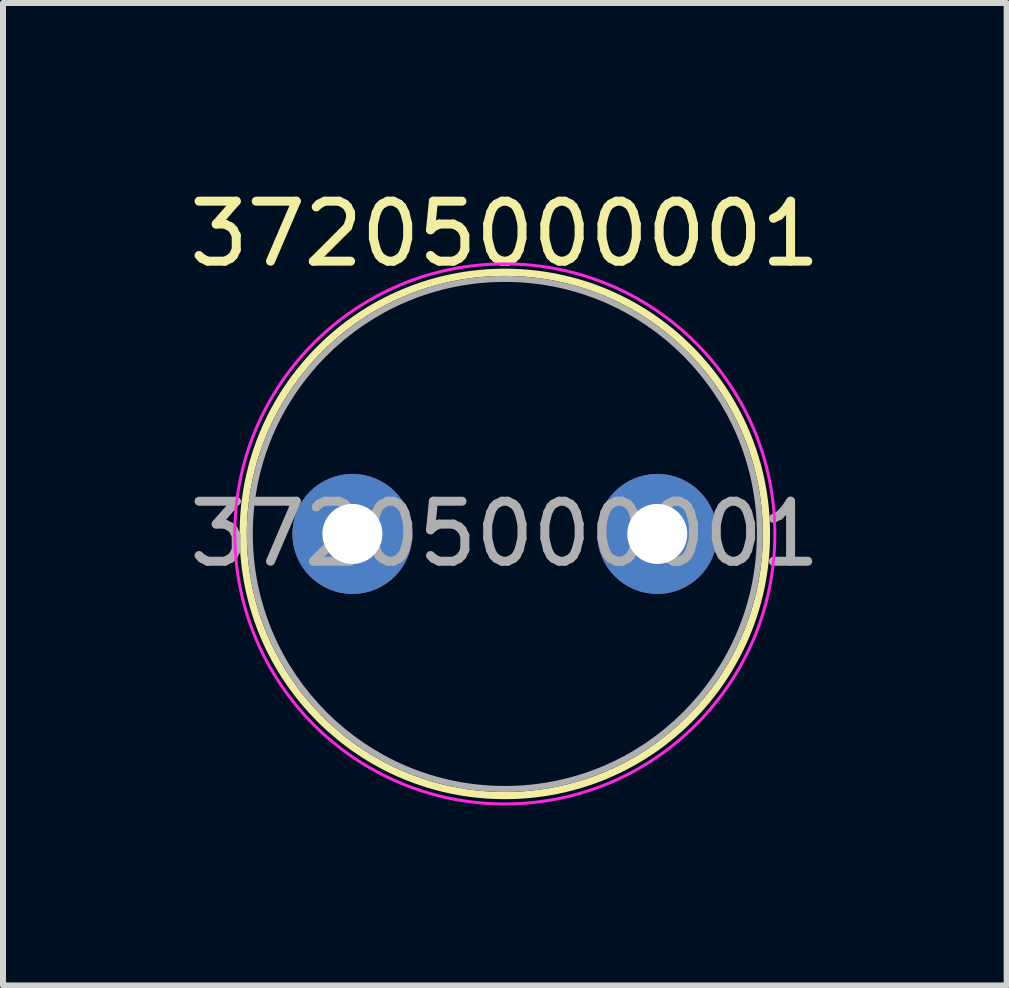
<source format=kicad_pcb>
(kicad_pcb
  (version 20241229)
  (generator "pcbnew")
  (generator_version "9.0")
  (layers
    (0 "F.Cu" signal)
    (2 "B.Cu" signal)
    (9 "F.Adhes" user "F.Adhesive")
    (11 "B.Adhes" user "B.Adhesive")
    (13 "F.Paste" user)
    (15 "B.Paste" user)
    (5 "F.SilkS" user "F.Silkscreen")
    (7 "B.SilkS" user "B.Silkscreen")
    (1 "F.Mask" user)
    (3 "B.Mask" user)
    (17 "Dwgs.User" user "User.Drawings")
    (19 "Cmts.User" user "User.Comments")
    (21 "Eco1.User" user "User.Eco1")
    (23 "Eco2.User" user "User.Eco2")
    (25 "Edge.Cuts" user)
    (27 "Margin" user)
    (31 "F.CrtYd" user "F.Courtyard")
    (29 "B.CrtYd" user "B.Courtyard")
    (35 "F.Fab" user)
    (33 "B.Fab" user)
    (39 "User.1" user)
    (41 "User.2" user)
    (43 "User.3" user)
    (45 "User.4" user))
  (footprint "37205000001"
    (layer "F.Cu")
    (at 2.823 5.848)
    (property "Reference" "37205000001" (at 2.54 -5 0) (layer "F.SilkS") (effects (font (size 1 1) (thickness 0.15))))
    (attr through_hole)
    (fp_circle (center 2.54 0) (end 6.9 0) (stroke (width 0.12) (type solid)) (fill no) (layer "F.SilkS"))
    (fp_circle (center 2.54 0) (end 7.04 0) (stroke (width 0.05) (type solid)) (fill no) (layer "F.CrtYd"))
    (fp_circle (center 2.54 0) (end 6.79 0) (stroke (width 0.1) (type solid)) (fill no) (layer "F.Fab"))
    (fp_text user "${REFERENCE}" (at 2.54 0 0) (layer "F.Fab") (effects (font (size 1 1) (thickness 0.15))))
    (pad "1" thru_hole circle (at 0 0) (size 2 2) (drill 1) (layers "*.Cu" "*.Mask"))
    (pad "2" thru_hole circle (at 5.08 0) (size 2 2) (drill 1) (layers "*.Cu" "*.Mask")))
  (gr_rect
    (start -3 -3)
    (end 13.726 13.373)
    (stroke (width 0.1) (type default))
    (fill no)
    (layer "Edge.Cuts")))
</source>
